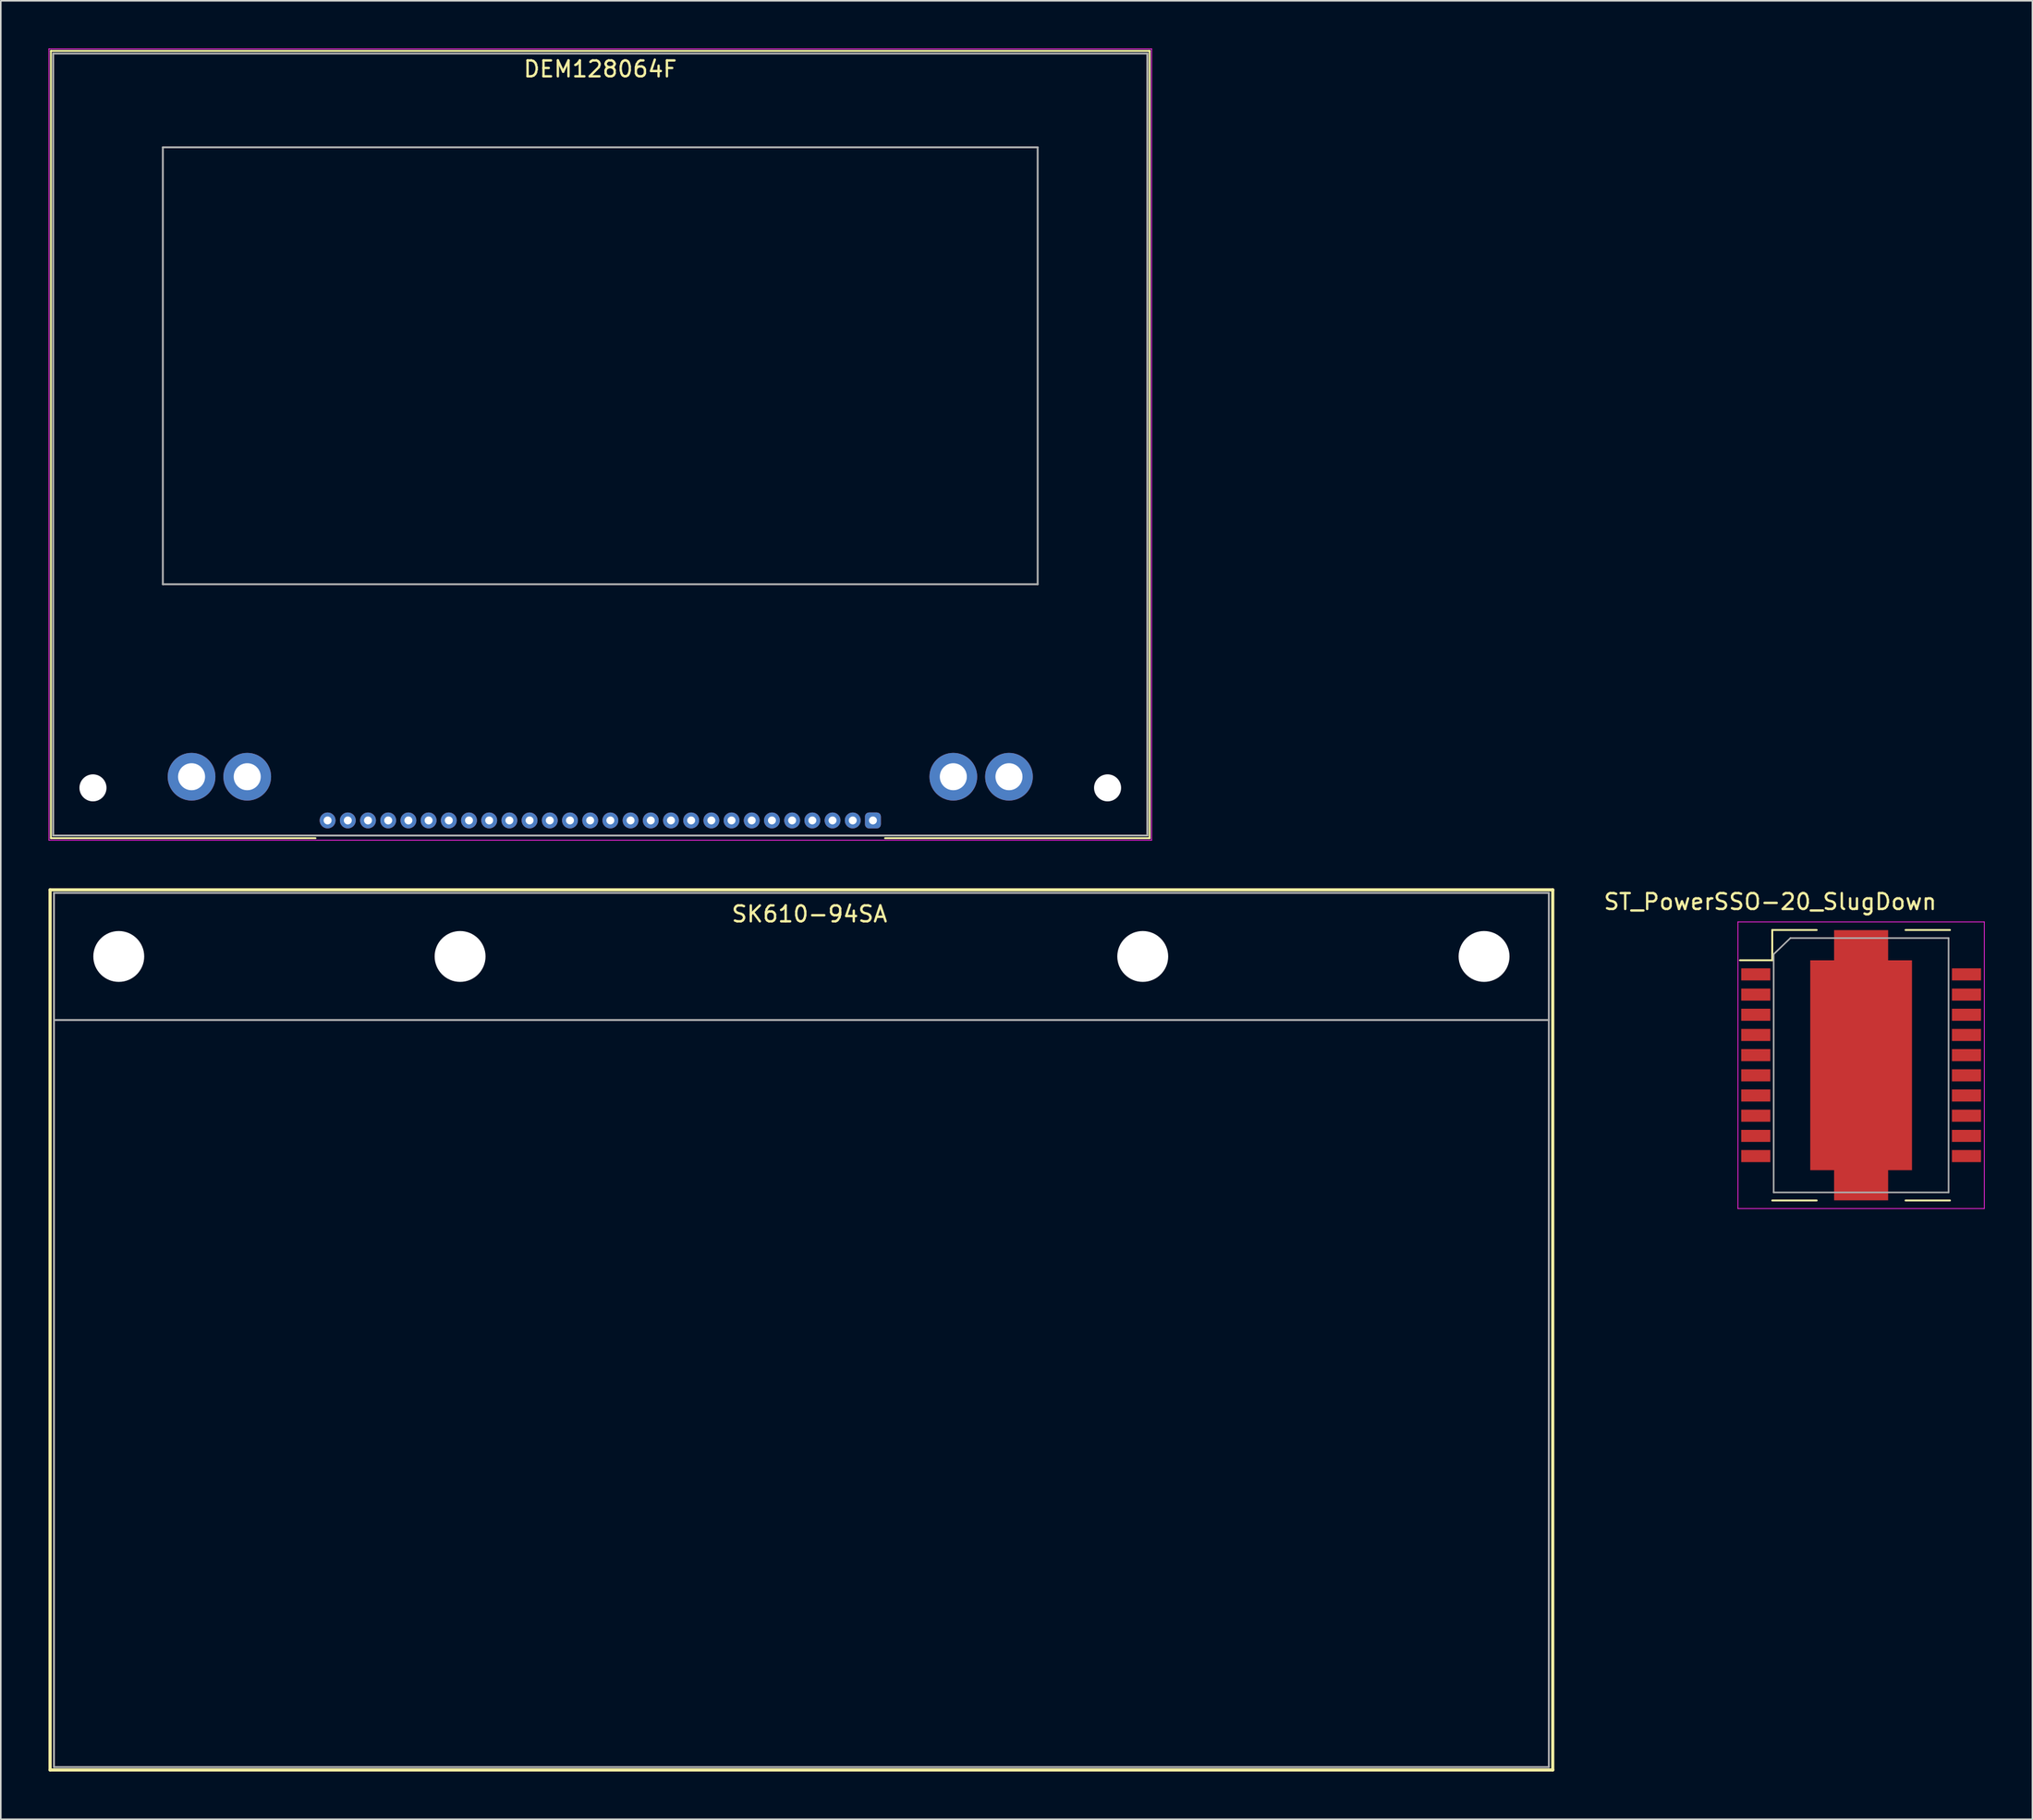
<source format=kicad_pcb>
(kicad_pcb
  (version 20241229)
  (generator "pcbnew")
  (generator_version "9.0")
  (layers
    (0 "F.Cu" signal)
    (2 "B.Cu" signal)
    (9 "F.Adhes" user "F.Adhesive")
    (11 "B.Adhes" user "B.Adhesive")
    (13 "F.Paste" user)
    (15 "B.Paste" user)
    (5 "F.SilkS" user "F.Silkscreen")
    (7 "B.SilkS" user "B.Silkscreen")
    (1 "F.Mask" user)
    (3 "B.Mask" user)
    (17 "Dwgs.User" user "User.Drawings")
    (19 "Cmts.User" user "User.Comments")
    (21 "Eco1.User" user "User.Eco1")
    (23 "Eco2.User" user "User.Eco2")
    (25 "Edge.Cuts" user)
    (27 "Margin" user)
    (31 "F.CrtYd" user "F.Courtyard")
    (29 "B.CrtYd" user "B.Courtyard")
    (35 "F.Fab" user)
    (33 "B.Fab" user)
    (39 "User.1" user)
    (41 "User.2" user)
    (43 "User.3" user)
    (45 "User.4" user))
  (footprint "DEM128064F"
    (layer "F.Cu")
    (at 34.696 24.917)
    (property "Reference" "DEM128064F" (at 0 -23.622 0) (layer "F.SilkS") (effects (font (size 1 1) (thickness 0.15))))
    (attr through_hole)
    (fp_line (start -34.544 -24.765) (end 34.544 -24.765) (stroke (width 0.12) (type solid)) (layer "F.SilkS"))
    (fp_line (start -34.544 24.765) (end -34.544 -24.765) (stroke (width 0.12) (type solid)) (layer "F.SilkS"))
    (fp_line (start -17.907 24.765) (end -34.544 24.765) (stroke (width 0.12) (type solid)) (layer "F.SilkS"))
    (fp_line (start 34.544 -24.765) (end 34.544 24.765) (stroke (width 0.12) (type solid)) (layer "F.SilkS"))
    (fp_line (start 34.544 24.765) (end 17.907 24.765) (stroke (width 0.12) (type solid)) (layer "F.SilkS"))
    (fp_line (start -34.671 -24.892) (end 34.671 -24.892) (stroke (width 0.05) (type solid)) (layer "F.CrtYd"))
    (fp_line (start -34.671 24.892) (end -34.671 -24.892) (stroke (width 0.05) (type solid)) (layer "F.CrtYd"))
    (fp_line (start 34.671 -24.892) (end 34.671 24.892) (stroke (width 0.05) (type solid)) (layer "F.CrtYd"))
    (fp_line (start 34.671 24.892) (end -34.671 24.892) (stroke (width 0.05) (type solid)) (layer "F.CrtYd"))
    (fp_line (start -34.4 -24.6) (end -34.4 24.6) (stroke (width 0.12) (type solid)) (layer "F.Fab"))
    (fp_line (start -34.4 -24.6) (end 34.4 -24.6) (stroke (width 0.12) (type solid)) (layer "F.Fab"))
    (fp_line (start -34.4 24.6) (end 34.4 24.6) (stroke (width 0.12) (type solid)) (layer "F.Fab"))
    (fp_line (start -27.505 -18.7) (end -27.505 8.79) (stroke (width 0.12) (type solid)) (layer "F.Fab"))
    (fp_line (start -27.505 -18.7) (end 27.505 -18.7) (stroke (width 0.12) (type solid)) (layer "F.Fab"))
    (fp_line (start -27.505 8.79) (end 27.505 8.79) (stroke (width 0.12) (type solid)) (layer "F.Fab"))
    (fp_line (start 27.505 -18.7) (end 27.505 8.79) (stroke (width 0.12) (type solid)) (layer "F.Fab"))
    (fp_line (start 34.4 24.6) (end 34.4 -24.6) (stroke (width 0.12) (type solid)) (layer "F.Fab"))
    (pad "" np_thru_hole circle (at -31.9 21.6 180) (size 1.7 1.7) (drill 1.7) (layers "*.Cu" "*.Mask"))
    (pad "" np_thru_hole circle (at 31.9 21.6 180) (size 1.7 1.7) (drill 1.7) (layers "*.Cu" "*.Mask"))
    (pad "1" thru_hole roundrect (at 17.145 23.65 180) (size 1 1) (drill 0.5) (layers "*.Cu" "*.Mask") (roundrect_rratio 0.25))
    (pad "2" thru_hole circle (at 15.875 23.65 180) (size 1 1) (drill 0.5) (layers "*.Cu" "*.Mask"))
    (pad "3" thru_hole circle (at 14.605 23.65 180) (size 1 1) (drill 0.5) (layers "*.Cu" "*.Mask"))
    (pad "4" thru_hole circle (at 13.335 23.65 180) (size 1 1) (drill 0.5) (layers "*.Cu" "*.Mask"))
    (pad "5" thru_hole circle (at 12.065 23.65 180) (size 1 1) (drill 0.5) (layers "*.Cu" "*.Mask"))
    (pad "6" thru_hole circle (at 10.795 23.65 180) (size 1 1) (drill 0.5) (layers "*.Cu" "*.Mask"))
    (pad "7" thru_hole circle (at 9.525 23.65 180) (size 1 1) (drill 0.5) (layers "*.Cu" "*.Mask"))
    (pad "8" thru_hole circle (at 8.255 23.65 180) (size 1 1) (drill 0.5) (layers "*.Cu" "*.Mask"))
    (pad "9" thru_hole circle (at 6.985 23.65 180) (size 1 1) (drill 0.5) (layers "*.Cu" "*.Mask"))
    (pad "10" thru_hole circle (at 5.715 23.65 180) (size 1 1) (drill 0.5) (layers "*.Cu" "*.Mask"))
    (pad "11" thru_hole circle (at 4.445 23.65 180) (size 1 1) (drill 0.5) (layers "*.Cu" "*.Mask"))
    (pad "12" thru_hole circle (at 3.175 23.65 180) (size 1 1) (drill 0.5) (layers "*.Cu" "*.Mask"))
    (pad "13" thru_hole circle (at 1.905 23.65 180) (size 1 1) (drill 0.5) (layers "*.Cu" "*.Mask"))
    (pad "14" thru_hole circle (at 0.635 23.65 180) (size 1 1) (drill 0.5) (layers "*.Cu" "*.Mask"))
    (pad "15" thru_hole circle (at -0.635 23.65 180) (size 1 1) (drill 0.5) (layers "*.Cu" "*.Mask"))
    (pad "16" thru_hole circle (at -1.905 23.65 180) (size 1 1) (drill 0.5) (layers "*.Cu" "*.Mask"))
    (pad "17" thru_hole circle (at -3.175 23.65 180) (size 1 1) (drill 0.5) (layers "*.Cu" "*.Mask"))
    (pad "18" thru_hole circle (at -4.445 23.65 180) (size 1 1) (drill 0.5) (layers "*.Cu" "*.Mask"))
    (pad "19" thru_hole circle (at -5.715 23.65 180) (size 1 1) (drill 0.5) (layers "*.Cu" "*.Mask"))
    (pad "20" thru_hole circle (at -6.985 23.65 180) (size 1 1) (drill 0.5) (layers "*.Cu" "*.Mask"))
    (pad "21" thru_hole circle (at -8.255 23.65 180) (size 1 1) (drill 0.5) (layers "*.Cu" "*.Mask"))
    (pad "22" thru_hole circle (at -9.525 23.65 180) (size 1 1) (drill 0.5) (layers "*.Cu" "*.Mask"))
    (pad "23" thru_hole circle (at -10.795 23.65 180) (size 1 1) (drill 0.5) (layers "*.Cu" "*.Mask"))
    (pad "24" thru_hole circle (at -12.065 23.65 180) (size 1 1) (drill 0.5) (layers "*.Cu" "*.Mask"))
    (pad "25" thru_hole circle (at -13.335 23.65 180) (size 1 1) (drill 0.5) (layers "*.Cu" "*.Mask"))
    (pad "26" thru_hole circle (at -14.605 23.65 180) (size 1 1) (drill 0.5) (layers "*.Cu" "*.Mask"))
    (pad "27" thru_hole circle (at -15.875 23.65 180) (size 1 1) (drill 0.5) (layers "*.Cu" "*.Mask"))
    (pad "28" thru_hole circle (at -17.145 23.65 180) (size 1 1) (drill 0.5) (layers "*.Cu" "*.Mask"))
    (pad "29" thru_hole circle (at 25.7 20.9 180) (size 3 3) (drill 1.7) (layers "*.Cu" "*.Mask"))
    (pad "30" thru_hole circle (at 22.2 20.9 180) (size 3 3) (drill 1.7) (layers "*.Cu" "*.Mask"))
    (pad "31" thru_hole circle (at -22.2 20.9 180) (size 3 3) (drill 1.7) (layers "*.Cu" "*.Mask"))
    (pad "32" thru_hole circle (at -25.7 20.9 180) (size 3 3) (drill 1.7) (layers "*.Cu" "*.Mask")))
  (footprint "SK610-94SA"
    (layer "F.Cu")
    (at 47.344 57.125)
    (property "Reference" "SK610-94SA" (at 0.508 -2.667 0) (layer "F.SilkS") (effects (font (size 1 1) (thickness 0.15))))
    (attr through_hole)
    (fp_line (start -47.244 -4.191) (end -47.244 51.181) (stroke (width 0.2) (type solid)) (layer "F.SilkS"))
    (fp_line (start -47.244 51.181) (end 47.244 51.181) (stroke (width 0.2) (type solid)) (layer "F.SilkS"))
    (fp_line (start 47.244 -4.191) (end -47.244 -4.191) (stroke (width 0.2) (type solid)) (layer "F.SilkS"))
    (fp_line (start 47.244 51.181) (end 47.244 -4.191) (stroke (width 0.2) (type solid)) (layer "F.SilkS"))
    (fp_line (start -47 -4) (end -47 51) (stroke (width 0.12) (type solid)) (layer "F.Fab"))
    (fp_line (start -47 -4) (end 47 -4) (stroke (width 0.12) (type solid)) (layer "F.Fab"))
    (fp_line (start -47 4) (end 47 4) (stroke (width 0.12) (type solid)) (layer "F.Fab"))
    (fp_line (start -47 51) (end 47 51) (stroke (width 0.12) (type solid)) (layer "F.Fab"))
    (fp_line (start 47 -4) (end 47 51) (stroke (width 0.12) (type solid)) (layer "F.Fab"))
    (pad "" np_thru_hole circle (at -42.926 0) (size 3.2 3.2) (drill 3.2) (layers "*.Cu" "*.Mask"))
    (pad "" np_thru_hole circle (at -21.463 0) (size 3.2 3.2) (drill 3.2) (layers "*.Cu" "*.Mask"))
    (pad "" np_thru_hole circle (at 21.463 0) (size 3.2 3.2) (drill 3.2) (layers "*.Cu" "*.Mask"))
    (pad "" np_thru_hole circle (at 42.926 0) (size 3.2 3.2) (drill 3.2) (layers "*.Cu" "*.Mask")))
  (footprint "ST_PowerSSO-20_SlugDown"
    (layer "F.Cu")
    (at 113.98 63.969)
    (property "Reference" "ST_PowerSSO-20_SlugDown" (at -5.715 -10.287 0) (layer "F.SilkS") (effects (font (size 1 1) (thickness 0.15))))
    (attr smd)
    (fp_line (start -5.588 -8.509) (end -5.588 -6.604) (stroke (width 0.12) (type solid)) (layer "F.SilkS"))
    (fp_line (start -5.588 -6.604) (end -7.62 -6.604) (stroke (width 0.12) (type solid)) (layer "F.SilkS"))
    (fp_line (start -2.794 -8.509) (end -5.588 -8.509) (stroke (width 0.12) (type solid)) (layer "F.SilkS"))
    (fp_line (start -2.794 8.509) (end -5.588 8.509) (stroke (width 0.12) (type solid)) (layer "F.SilkS"))
    (fp_line (start 2.794 8.509) (end 5.588 8.509) (stroke (width 0.12) (type solid)) (layer "F.SilkS"))
    (fp_line (start 5.588 -8.509) (end 2.794 -8.509) (stroke (width 0.12) (type solid)) (layer "F.SilkS"))
    (fp_line (start -7.747 -9.017) (end 7.747 -9.017) (stroke (width 0.05) (type solid)) (layer "F.CrtYd"))
    (fp_line (start -7.747 9.017) (end -7.747 -9.017) (stroke (width 0.05) (type solid)) (layer "F.CrtYd"))
    (fp_line (start 7.747 -9.017) (end 7.747 9.017) (stroke (width 0.05) (type solid)) (layer "F.CrtYd"))
    (fp_line (start 7.747 9.017) (end -7.747 9.017) (stroke (width 0.05) (type solid)) (layer "F.CrtYd"))
    (fp_line (start -5.5 -6.985) (end -4.445 -8.001) (stroke (width 0.1) (type solid)) (layer "F.Fab"))
    (fp_line (start -5.5 8) (end -5.5 -6.985) (stroke (width 0.1) (type solid)) (layer "F.Fab"))
    (fp_line (start 5.5 -8) (end -4.445 -8.001) (stroke (width 0.1) (type solid)) (layer "F.Fab"))
    (fp_line (start 5.5 -8) (end 5.5 8) (stroke (width 0.1) (type solid)) (layer "F.Fab"))
    (fp_line (start 5.5 8) (end -5.5 8) (stroke (width 0.1) (type solid)) (layer "F.Fab"))
    (pad "1" smd rect (at -6.625 -5.715) (size 1.83 0.76) (layers "F.Cu" "F.Mask" "F.Paste"))
    (pad "2" smd rect (at -6.625 -4.445) (size 1.83 0.76) (layers "F.Cu" "F.Mask" "F.Paste"))
    (pad "3" smd rect (at -6.625 -3.175) (size 1.83 0.76) (layers "F.Cu" "F.Mask" "F.Paste"))
    (pad "4" smd rect (at -6.625 -1.905) (size 1.83 0.76) (layers "F.Cu" "F.Mask" "F.Paste"))
    (pad "5" smd rect (at -6.625 -0.635) (size 1.83 0.76) (layers "F.Cu" "F.Mask" "F.Paste"))
    (pad "6" smd rect (at -6.625 0.635) (size 1.83 0.76) (layers "F.Cu" "F.Mask" "F.Paste"))
    (pad "7" smd rect (at -6.625 1.905) (size 1.83 0.76) (layers "F.Cu" "F.Mask" "F.Paste"))
    (pad "8" smd rect (at -6.625 3.175) (size 1.83 0.76) (layers "F.Cu" "F.Mask" "F.Paste"))
    (pad "9" smd rect (at -6.625 4.445) (size 1.83 0.76) (layers "F.Cu" "F.Mask" "F.Paste"))
    (pad "10" smd rect (at -6.625 5.715) (size 1.83 0.76) (layers "F.Cu" "F.Mask" "F.Paste"))
    (pad "11" smd rect (at 6.625 5.715) (size 1.83 0.76) (layers "F.Cu" "F.Mask" "F.Paste"))
    (pad "12" smd rect (at 6.625 4.445) (size 1.83 0.76) (layers "F.Cu" "F.Mask" "F.Paste"))
    (pad "13" smd rect (at 6.625 3.175) (size 1.83 0.76) (layers "F.Cu" "F.Mask" "F.Paste"))
    (pad "14" smd rect (at 6.625 1.905) (size 1.83 0.76) (layers "F.Cu" "F.Mask" "F.Paste"))
    (pad "15" smd rect (at 6.625 0.635) (size 1.83 0.76) (layers "F.Cu" "F.Mask" "F.Paste"))
    (pad "16" smd rect (at 6.625 -0.635) (size 1.83 0.76) (layers "F.Cu" "F.Mask" "F.Paste"))
    (pad "17" smd rect (at 6.625 -1.905) (size 1.83 0.76) (layers "F.Cu" "F.Mask" "F.Paste"))
    (pad "18" smd rect (at 6.625 -3.175) (size 1.83 0.76) (layers "F.Cu" "F.Mask" "F.Paste"))
    (pad "19" smd rect (at 6.625 -4.445) (size 1.83 0.76) (layers "F.Cu" "F.Mask" "F.Paste"))
    (pad "20" smd rect (at 6.625 -5.715) (size 1.83 0.76) (layers "F.Cu" "F.Mask" "F.Paste"))
    (pad "21" smd custom (at 0 0) (size 6.4 13.2) (layers "F.Cu" "F.Mask" "F.Paste") (options (anchor rect)) (primitives (gr_poly (pts (xy -1.7 8.5) (xy -1.7 -8.5) (xy 1.7 -8.5) (xy 1.7 8.5)) (width 0) (fill yes)))))
  (gr_rect
    (start -3 -3)
    (end 124.752 111.406)
    (stroke (width 0.1) (type default))
    (fill no)
    (layer "Edge.Cuts")))
</source>
